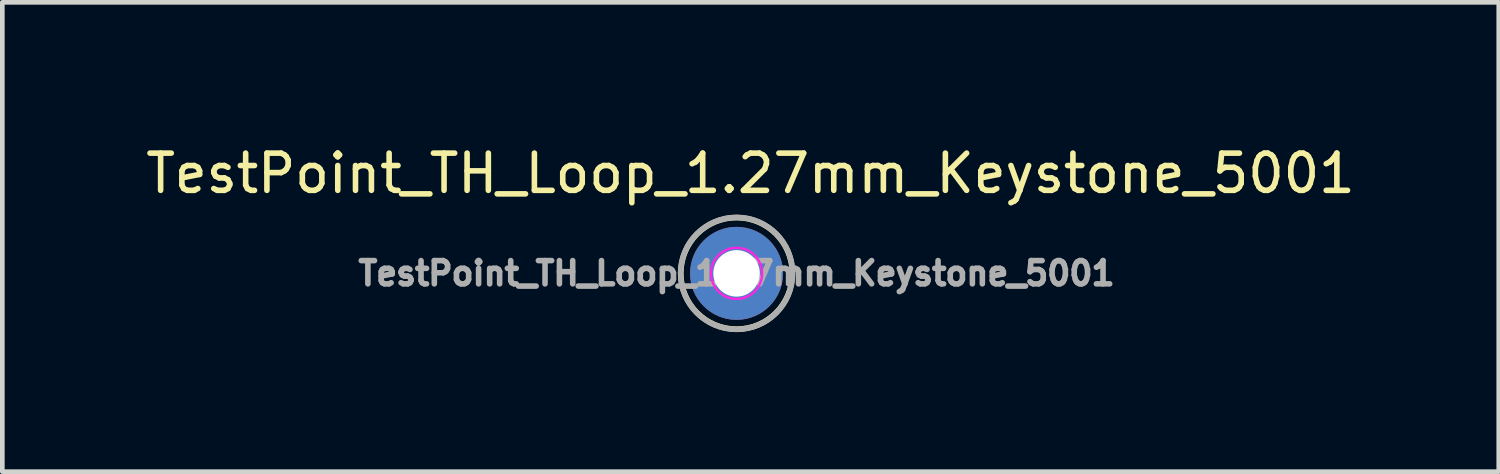
<source format=kicad_pcb>
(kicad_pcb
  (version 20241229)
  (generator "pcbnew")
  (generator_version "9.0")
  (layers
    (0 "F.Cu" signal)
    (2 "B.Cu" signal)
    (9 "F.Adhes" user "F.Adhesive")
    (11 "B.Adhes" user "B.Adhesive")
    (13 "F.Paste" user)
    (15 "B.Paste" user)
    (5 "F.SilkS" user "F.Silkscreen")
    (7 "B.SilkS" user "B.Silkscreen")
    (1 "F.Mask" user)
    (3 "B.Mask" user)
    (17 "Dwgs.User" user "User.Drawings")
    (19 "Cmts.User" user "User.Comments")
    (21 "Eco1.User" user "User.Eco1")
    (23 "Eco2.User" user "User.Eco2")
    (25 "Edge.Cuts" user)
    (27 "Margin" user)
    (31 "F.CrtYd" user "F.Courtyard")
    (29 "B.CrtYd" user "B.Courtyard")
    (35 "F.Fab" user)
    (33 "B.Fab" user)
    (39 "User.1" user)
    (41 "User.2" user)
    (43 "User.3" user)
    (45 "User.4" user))
  (footprint "TestPoint_TH_Loop_1.27mm_Keystone_5001"
    (layer "F.Cu")
    (at 12.79 2.829)
    (property "Reference" "TestPoint_TH_Loop_1.27mm_Keystone_5001" (at 0.3 -2.15 0) (unlocked yes) (layer "F.SilkS") (effects (font (size 0.8 0.8) (thickness 0.12))))
    (attr through_hole)
    (fp_circle (center 0 0) (end 1.2 0) (stroke (width 0.12) (type solid)) (fill no) (layer "F.SilkS"))
    (fp_circle (center 0 0) (end 0.55 0) (stroke (width 0.05) (type solid)) (fill no) (layer "F.CrtYd"))
    (fp_circle (center 0 0) (end 1.2 0.1) (stroke (width 0.12) (type solid)) (fill no) (layer "F.Fab"))
    (fp_text user "${REFERENCE}" (at 0 0 0) (unlocked yes) (layer "F.Fab") (effects (font (size 0.5 0.5) (thickness 0.12))))
    (pad "1" thru_hole circle (at 0 0) (size 2 2) (drill 1) (layers "*.Cu" "*.Mask")))
  (gr_rect
    (start -3 -3)
    (end 29.181 7.093)
    (stroke (width 0.1) (type default))
    (fill no)
    (layer "Edge.Cuts")))
</source>
